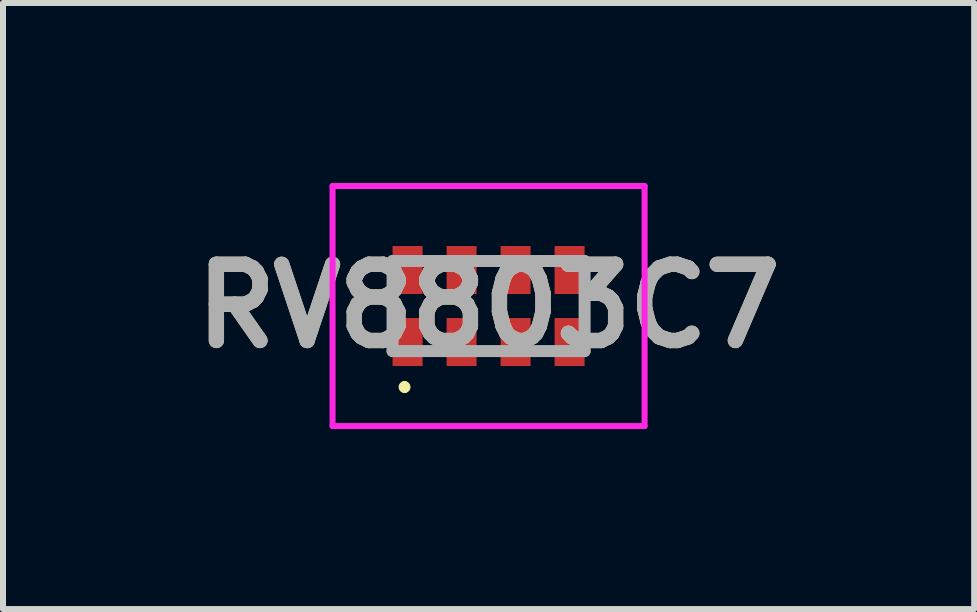
<source format=kicad_pcb>
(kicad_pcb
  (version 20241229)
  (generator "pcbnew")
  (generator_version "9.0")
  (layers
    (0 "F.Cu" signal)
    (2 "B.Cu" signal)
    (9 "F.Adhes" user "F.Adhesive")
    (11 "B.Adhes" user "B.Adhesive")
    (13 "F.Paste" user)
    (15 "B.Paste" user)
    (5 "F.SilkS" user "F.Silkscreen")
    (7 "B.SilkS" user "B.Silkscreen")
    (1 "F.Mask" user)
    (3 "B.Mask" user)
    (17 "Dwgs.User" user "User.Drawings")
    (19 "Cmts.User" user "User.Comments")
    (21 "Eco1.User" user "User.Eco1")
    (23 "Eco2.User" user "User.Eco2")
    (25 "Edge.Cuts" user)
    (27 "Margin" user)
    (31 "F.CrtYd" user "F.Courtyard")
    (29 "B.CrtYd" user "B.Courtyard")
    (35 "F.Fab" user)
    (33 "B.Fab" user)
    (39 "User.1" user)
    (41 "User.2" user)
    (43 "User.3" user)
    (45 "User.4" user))
  (footprint "RV8803C7"
    (layer "F.Cu")
    (at 5.092 2.05)
    (property "Reference" "RV8803C7" (at 0 0 0) (layer "F.SilkS") (effects (font (size 1.27 1.27) (thickness 0.254))))
    (attr smd)
    (fp_line (start -1.4 1.3) (end -1.4 1.3) (stroke (width 0.1) (type solid)) (layer "F.SilkS"))
    (fp_line (start -1.4 1.4) (end -1.4 1.4) (stroke (width 0.1) (type solid)) (layer "F.SilkS"))
    (fp_arc (start -1.4 1.3) (mid -1.35 1.35) (end -1.4 1.4) (stroke (width 0.1) (type solid)) (layer "F.SilkS"))
    (fp_arc (start -1.4 1.4) (mid -1.45 1.35) (end -1.4 1.3) (stroke (width 0.1) (type solid)) (layer "F.SilkS"))
    (fp_line (start -2.6 -2) (end 2.6 -2) (stroke (width 0.1) (type solid)) (layer "F.CrtYd"))
    (fp_line (start -2.6 2) (end -2.6 -2) (stroke (width 0.1) (type solid)) (layer "F.CrtYd"))
    (fp_line (start 2.6 -2) (end 2.6 2) (stroke (width 0.1) (type solid)) (layer "F.CrtYd"))
    (fp_line (start 2.6 2) (end -2.6 2) (stroke (width 0.1) (type solid)) (layer "F.CrtYd"))
    (fp_line (start -1.6 -0.75) (end 1.6 -0.75) (stroke (width 0.2) (type solid)) (layer "F.Fab"))
    (fp_line (start -1.6 0.75) (end -1.6 -0.75) (stroke (width 0.2) (type solid)) (layer "F.Fab"))
    (fp_line (start 1.6 -0.75) (end 1.6 0.75) (stroke (width 0.2) (type solid)) (layer "F.Fab"))
    (fp_line (start 1.6 0.75) (end -1.6 0.75) (stroke (width 0.2) (type solid)) (layer "F.Fab"))
    (fp_text user "${REFERENCE}" (at 0 0 0) (layer "F.Fab") (effects (font (size 1.27 1.27) (thickness 0.254))))
    (pad "1" smd rect (at -1.35 0.6) (size 0.5 0.8) (layers "F.Cu" "F.Mask" "F.Paste"))
    (pad "2" smd rect (at -0.45 0.6) (size 0.5 0.8) (layers "F.Cu" "F.Mask" "F.Paste"))
    (pad "3" smd rect (at 0.45 0.6) (size 0.5 0.8) (layers "F.Cu" "F.Mask" "F.Paste"))
    (pad "4" smd rect (at 1.35 0.6) (size 0.5 0.8) (layers "F.Cu" "F.Mask" "F.Paste"))
    (pad "5" smd rect (at 1.35 -0.6) (size 0.5 0.8) (layers "F.Cu" "F.Mask" "F.Paste"))
    (pad "6" smd rect (at 0.45 -0.6) (size 0.5 0.8) (layers "F.Cu" "F.Mask" "F.Paste"))
    (pad "7" smd rect (at -0.45 -0.6) (size 0.5 0.8) (layers "F.Cu" "F.Mask" "F.Paste"))
    (pad "8" smd rect (at -1.35 -0.6) (size 0.5 0.8) (layers "F.Cu" "F.Mask" "F.Paste")))
  (gr_rect
    (start -3 -3)
    (end 13.184 7.1)
    (stroke (width 0.1) (type default))
    (fill no)
    (layer "Edge.Cuts")))
</source>
